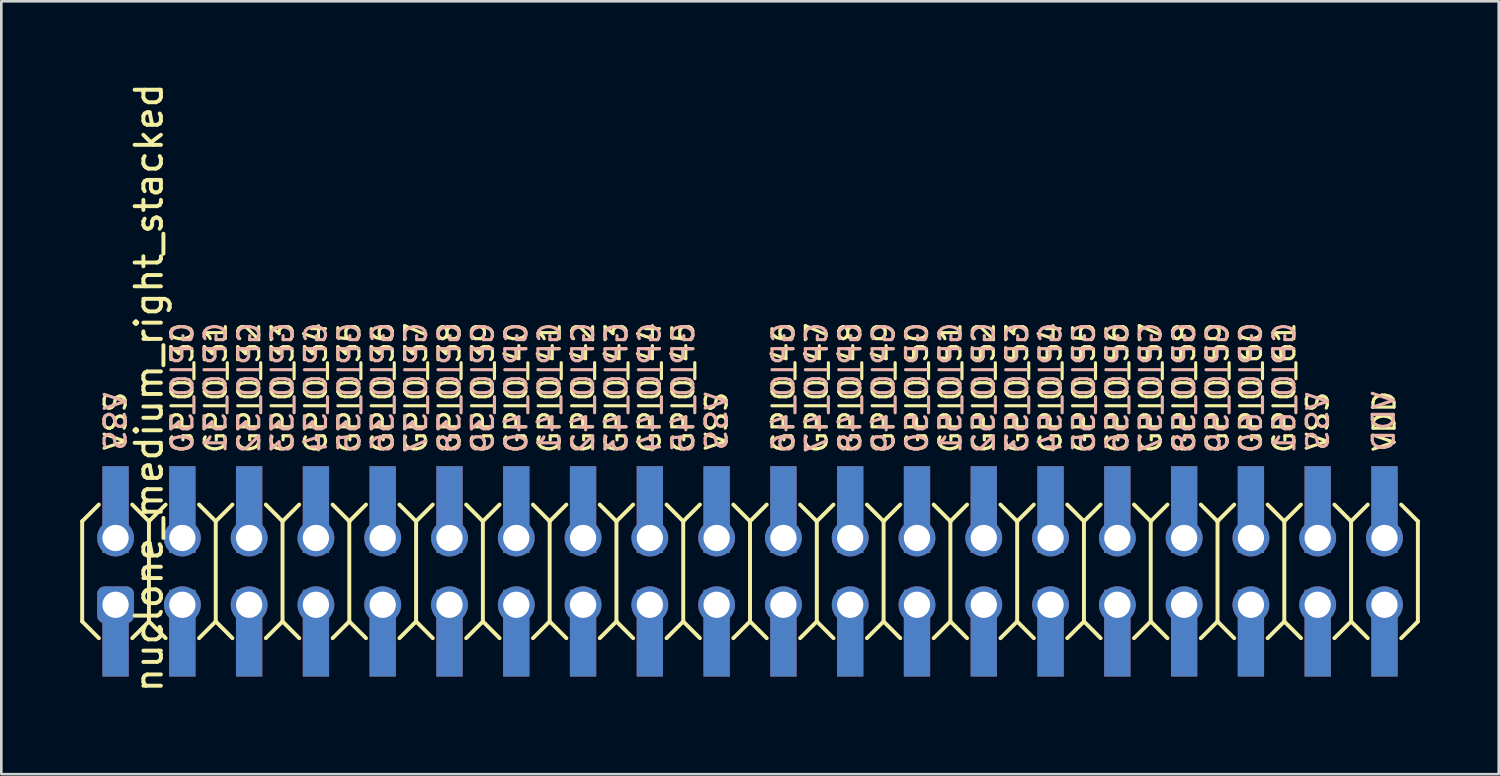
<source format=kicad_pcb>
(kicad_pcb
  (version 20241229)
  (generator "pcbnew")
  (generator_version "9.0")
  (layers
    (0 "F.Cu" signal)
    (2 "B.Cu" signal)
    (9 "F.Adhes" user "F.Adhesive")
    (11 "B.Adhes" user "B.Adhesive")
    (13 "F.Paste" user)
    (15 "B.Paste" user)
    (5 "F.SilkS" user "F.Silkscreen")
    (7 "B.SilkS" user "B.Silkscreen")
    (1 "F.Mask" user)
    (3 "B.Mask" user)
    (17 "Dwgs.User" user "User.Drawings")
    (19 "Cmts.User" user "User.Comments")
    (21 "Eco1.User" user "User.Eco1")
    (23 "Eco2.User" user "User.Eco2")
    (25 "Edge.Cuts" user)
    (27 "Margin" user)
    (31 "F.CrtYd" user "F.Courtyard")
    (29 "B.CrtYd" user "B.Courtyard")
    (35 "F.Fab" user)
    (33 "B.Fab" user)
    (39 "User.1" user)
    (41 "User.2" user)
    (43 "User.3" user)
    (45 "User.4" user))
  (footprint "nuclone_medium_right_stacked"
    (layer "F.Cu")
    (at 25.475 18.681)
    (property "Reference" "nuclone_medium_right_stacked" (at -22.86 -6.985 270) (layer "F.SilkS") (effects (font (size 1 1) (thickness 0.15))))
    (attr through_hole)
    (fp_line (start -25.4 -1.905) (end -24.765 -2.54) (stroke (width 0.15) (type solid)) (layer "F.SilkS"))
    (fp_line (start -25.4 1.905) (end -25.4 -1.905) (stroke (width 0.15) (type solid)) (layer "F.SilkS"))
    (fp_line (start -25.4 1.905) (end -24.765 2.54) (stroke (width 0.15) (type solid)) (layer "F.SilkS"))
    (fp_line (start -23.495 -2.54) (end -22.86 -1.905) (stroke (width 0.15) (type solid)) (layer "F.SilkS"))
    (fp_line (start -23.495 2.54) (end -22.86 1.905) (stroke (width 0.15) (type solid)) (layer "F.SilkS"))
    (fp_line (start -22.86 -1.905) (end -22.86 1.905) (stroke (width 0.15) (type solid)) (layer "F.SilkS"))
    (fp_line (start -22.86 -1.905) (end -22.225 -2.54) (stroke (width 0.15) (type solid)) (layer "F.SilkS"))
    (fp_line (start -22.86 1.905) (end -22.225 2.54) (stroke (width 0.15) (type solid)) (layer "F.SilkS"))
    (fp_line (start -20.955 -2.54) (end -20.32 -1.905) (stroke (width 0.15) (type solid)) (layer "F.SilkS"))
    (fp_line (start -20.955 2.54) (end -20.32 1.905) (stroke (width 0.15) (type solid)) (layer "F.SilkS"))
    (fp_line (start -20.32 -1.905) (end -20.32 1.905) (stroke (width 0.15) (type solid)) (layer "F.SilkS"))
    (fp_line (start -20.32 -1.905) (end -19.685 -2.54) (stroke (width 0.15) (type solid)) (layer "F.SilkS"))
    (fp_line (start -20.32 1.905) (end -19.685 2.54) (stroke (width 0.15) (type solid)) (layer "F.SilkS"))
    (fp_line (start -18.415 -2.54) (end -17.78 -1.905) (stroke (width 0.15) (type solid)) (layer "F.SilkS"))
    (fp_line (start -18.415 2.54) (end -17.78 1.905) (stroke (width 0.15) (type solid)) (layer "F.SilkS"))
    (fp_line (start -17.78 -1.905) (end -17.78 1.905) (stroke (width 0.15) (type solid)) (layer "F.SilkS"))
    (fp_line (start -17.78 -1.905) (end -17.145 -2.54) (stroke (width 0.15) (type solid)) (layer "F.SilkS"))
    (fp_line (start -17.78 1.905) (end -17.145 2.54) (stroke (width 0.15) (type solid)) (layer "F.SilkS"))
    (fp_line (start -15.875 -2.54) (end -15.24 -1.905) (stroke (width 0.15) (type solid)) (layer "F.SilkS"))
    (fp_line (start -15.875 2.54) (end -15.24 1.905) (stroke (width 0.15) (type solid)) (layer "F.SilkS"))
    (fp_line (start -15.24 -1.905) (end -15.24 1.905) (stroke (width 0.15) (type solid)) (layer "F.SilkS"))
    (fp_line (start -15.24 -1.905) (end -14.605 -2.54) (stroke (width 0.15) (type solid)) (layer "F.SilkS"))
    (fp_line (start -15.24 1.905) (end -14.605 2.54) (stroke (width 0.15) (type solid)) (layer "F.SilkS"))
    (fp_line (start -13.335 -2.54) (end -12.7 -1.905) (stroke (width 0.15) (type solid)) (layer "F.SilkS"))
    (fp_line (start -13.335 2.54) (end -12.7 1.905) (stroke (width 0.15) (type solid)) (layer "F.SilkS"))
    (fp_line (start -12.7 -1.905) (end -12.7 1.905) (stroke (width 0.15) (type solid)) (layer "F.SilkS"))
    (fp_line (start -12.7 -1.905) (end -12.065 -2.54) (stroke (width 0.15) (type solid)) (layer "F.SilkS"))
    (fp_line (start -12.7 1.905) (end -12.065 2.54) (stroke (width 0.15) (type solid)) (layer "F.SilkS"))
    (fp_line (start -10.795 -2.54) (end -10.16 -1.905) (stroke (width 0.15) (type solid)) (layer "F.SilkS"))
    (fp_line (start -10.795 2.54) (end -10.16 1.905) (stroke (width 0.15) (type solid)) (layer "F.SilkS"))
    (fp_line (start -10.16 -1.905) (end -10.16 1.905) (stroke (width 0.15) (type solid)) (layer "F.SilkS"))
    (fp_line (start -10.16 -1.905) (end -9.525 -2.54) (stroke (width 0.15) (type solid)) (layer "F.SilkS"))
    (fp_line (start -10.16 1.905) (end -9.525 2.54) (stroke (width 0.15) (type solid)) (layer "F.SilkS"))
    (fp_line (start -8.255 -2.54) (end -7.62 -1.905) (stroke (width 0.15) (type solid)) (layer "F.SilkS"))
    (fp_line (start -7.62 -1.905) (end -7.62 1.905) (stroke (width 0.15) (type solid)) (layer "F.SilkS"))
    (fp_line (start -7.62 -1.905) (end -6.985 -2.54) (stroke (width 0.15) (type solid)) (layer "F.SilkS"))
    (fp_line (start -7.62 1.905) (end -8.255 2.54) (stroke (width 0.15) (type solid)) (layer "F.SilkS"))
    (fp_line (start -7.62 1.905) (end -6.985 2.54) (stroke (width 0.15) (type solid)) (layer "F.SilkS"))
    (fp_line (start -5.715 -2.54) (end -5.08 -1.905) (stroke (width 0.15) (type solid)) (layer "F.SilkS"))
    (fp_line (start -5.08 -1.905) (end -5.08 1.905) (stroke (width 0.15) (type solid)) (layer "F.SilkS"))
    (fp_line (start -5.08 -1.905) (end -4.445 -2.54) (stroke (width 0.15) (type solid)) (layer "F.SilkS"))
    (fp_line (start -5.08 1.905) (end -5.715 2.54) (stroke (width 0.15) (type solid)) (layer "F.SilkS"))
    (fp_line (start -5.08 1.905) (end -4.445 2.54) (stroke (width 0.15) (type solid)) (layer "F.SilkS"))
    (fp_line (start -3.175 -2.54) (end -2.54 -1.905) (stroke (width 0.15) (type solid)) (layer "F.SilkS"))
    (fp_line (start -2.54 -1.905) (end -2.54 1.905) (stroke (width 0.15) (type solid)) (layer "F.SilkS"))
    (fp_line (start -2.54 -1.905) (end -1.905 -2.54) (stroke (width 0.15) (type solid)) (layer "F.SilkS"))
    (fp_line (start -2.54 1.905) (end -3.175 2.54) (stroke (width 0.15) (type solid)) (layer "F.SilkS"))
    (fp_line (start -2.54 1.905) (end -1.905 2.54) (stroke (width 0.15) (type solid)) (layer "F.SilkS"))
    (fp_line (start -0.635 -2.54) (end 0 -1.905) (stroke (width 0.15) (type solid)) (layer "F.SilkS"))
    (fp_line (start 0 -1.905) (end 0.635 -2.54) (stroke (width 0.15) (type solid)) (layer "F.SilkS"))
    (fp_line (start 0 1.905) (end -0.635 2.54) (stroke (width 0.15) (type solid)) (layer "F.SilkS"))
    (fp_line (start 0 1.905) (end 0 -1.905) (stroke (width 0.15) (type solid)) (layer "F.SilkS"))
    (fp_line (start 0 1.905) (end 0.635 2.54) (stroke (width 0.15) (type solid)) (layer "F.SilkS"))
    (fp_line (start 1.905 -2.54) (end 2.54 -1.905) (stroke (width 0.15) (type solid)) (layer "F.SilkS"))
    (fp_line (start 1.905 2.54) (end 2.54 1.905) (stroke (width 0.15) (type solid)) (layer "F.SilkS"))
    (fp_line (start 2.54 -1.905) (end 2.54 1.905) (stroke (width 0.15) (type solid)) (layer "F.SilkS"))
    (fp_line (start 2.54 -1.905) (end 3.175 -2.54) (stroke (width 0.15) (type solid)) (layer "F.SilkS"))
    (fp_line (start 2.54 1.905) (end 3.175 2.54) (stroke (width 0.15) (type solid)) (layer "F.SilkS"))
    (fp_line (start 4.445 -2.54) (end 5.08 -1.905) (stroke (width 0.15) (type solid)) (layer "F.SilkS"))
    (fp_line (start 4.445 2.54) (end 5.08 1.905) (stroke (width 0.15) (type solid)) (layer "F.SilkS"))
    (fp_line (start 5.08 -1.905) (end 5.08 1.905) (stroke (width 0.15) (type solid)) (layer "F.SilkS"))
    (fp_line (start 5.08 -1.905) (end 5.715 -2.54) (stroke (width 0.15) (type solid)) (layer "F.SilkS"))
    (fp_line (start 5.08 1.905) (end 5.715 2.54) (stroke (width 0.15) (type solid)) (layer "F.SilkS"))
    (fp_line (start 6.985 -2.54) (end 7.62 -1.905) (stroke (width 0.15) (type solid)) (layer "F.SilkS"))
    (fp_line (start 6.985 2.54) (end 7.62 1.905) (stroke (width 0.15) (type solid)) (layer "F.SilkS"))
    (fp_line (start 7.62 -1.905) (end 7.62 1.905) (stroke (width 0.15) (type solid)) (layer "F.SilkS"))
    (fp_line (start 7.62 -1.905) (end 8.255 -2.54) (stroke (width 0.15) (type solid)) (layer "F.SilkS"))
    (fp_line (start 7.62 1.905) (end 8.255 2.54) (stroke (width 0.15) (type solid)) (layer "F.SilkS"))
    (fp_line (start 9.525 -2.54) (end 10.16 -1.905) (stroke (width 0.15) (type solid)) (layer "F.SilkS"))
    (fp_line (start 9.525 2.54) (end 10.16 1.905) (stroke (width 0.15) (type solid)) (layer "F.SilkS"))
    (fp_line (start 10.16 -1.905) (end 10.16 1.905) (stroke (width 0.15) (type solid)) (layer "F.SilkS"))
    (fp_line (start 10.16 -1.905) (end 10.795 -2.54) (stroke (width 0.15) (type solid)) (layer "F.SilkS"))
    (fp_line (start 10.16 1.905) (end 10.795 2.54) (stroke (width 0.15) (type solid)) (layer "F.SilkS"))
    (fp_line (start 12.065 -2.54) (end 12.7 -1.905) (stroke (width 0.15) (type solid)) (layer "F.SilkS"))
    (fp_line (start 12.065 2.54) (end 12.7 1.905) (stroke (width 0.15) (type solid)) (layer "F.SilkS"))
    (fp_line (start 12.7 -1.905) (end 12.7 1.905) (stroke (width 0.15) (type solid)) (layer "F.SilkS"))
    (fp_line (start 12.7 -1.905) (end 13.335 -2.54) (stroke (width 0.15) (type solid)) (layer "F.SilkS"))
    (fp_line (start 12.7 1.905) (end 13.335 2.54) (stroke (width 0.15) (type solid)) (layer "F.SilkS"))
    (fp_line (start 14.605 -2.54) (end 15.24 -1.905) (stroke (width 0.15) (type solid)) (layer "F.SilkS"))
    (fp_line (start 14.605 2.54) (end 15.24 1.905) (stroke (width 0.15) (type solid)) (layer "F.SilkS"))
    (fp_line (start 15.24 -1.905) (end 15.24 1.905) (stroke (width 0.15) (type solid)) (layer "F.SilkS"))
    (fp_line (start 15.24 -1.905) (end 15.875 -2.54) (stroke (width 0.15) (type solid)) (layer "F.SilkS"))
    (fp_line (start 15.24 1.905) (end 15.875 2.54) (stroke (width 0.15) (type solid)) (layer "F.SilkS"))
    (fp_line (start 17.145 -2.54) (end 17.78 -1.905) (stroke (width 0.15) (type solid)) (layer "F.SilkS"))
    (fp_line (start 17.78 -1.905) (end 17.78 1.905) (stroke (width 0.15) (type solid)) (layer "F.SilkS"))
    (fp_line (start 17.78 -1.905) (end 18.415 -2.54) (stroke (width 0.15) (type solid)) (layer "F.SilkS"))
    (fp_line (start 17.78 1.905) (end 17.145 2.54) (stroke (width 0.15) (type solid)) (layer "F.SilkS"))
    (fp_line (start 17.78 1.905) (end 18.415 2.54) (stroke (width 0.15) (type solid)) (layer "F.SilkS"))
    (fp_line (start 19.685 -2.54) (end 20.32 -1.905) (stroke (width 0.15) (type solid)) (layer "F.SilkS"))
    (fp_line (start 20.32 -1.905) (end 20.32 1.905) (stroke (width 0.15) (type solid)) (layer "F.SilkS"))
    (fp_line (start 20.32 -1.905) (end 20.955 -2.54) (stroke (width 0.15) (type solid)) (layer "F.SilkS"))
    (fp_line (start 20.32 1.905) (end 19.685 2.54) (stroke (width 0.15) (type solid)) (layer "F.SilkS"))
    (fp_line (start 20.32 1.905) (end 20.955 2.54) (stroke (width 0.15) (type solid)) (layer "F.SilkS"))
    (fp_line (start 22.225 -2.54) (end 22.86 -1.905) (stroke (width 0.15) (type solid)) (layer "F.SilkS"))
    (fp_line (start 22.86 -1.905) (end 22.86 1.905) (stroke (width 0.15) (type solid)) (layer "F.SilkS"))
    (fp_line (start 22.86 -1.905) (end 23.495 -2.54) (stroke (width 0.15) (type solid)) (layer "F.SilkS"))
    (fp_line (start 22.86 1.905) (end 22.225 2.54) (stroke (width 0.15) (type solid)) (layer "F.SilkS"))
    (fp_line (start 22.86 1.905) (end 23.495 2.54) (stroke (width 0.15) (type solid)) (layer "F.SilkS"))
    (fp_line (start 24.765 -2.54) (end 25.4 -1.905) (stroke (width 0.15) (type solid)) (layer "F.SilkS"))
    (fp_line (start 25.4 -1.905) (end 25.4 1.905) (stroke (width 0.15) (type solid)) (layer "F.SilkS"))
    (fp_line (start 25.4 1.905) (end 24.765 2.54) (stroke (width 0.15) (type solid)) (layer "F.SilkS"))
    (fp_text user "GPIO_37" (at -12.7 -6.985 270) (layer "F.SilkS") (effects (font (size 0.8 0.8) (thickness 0.12))))
    (fp_text user "GPIO_39" (at -10.16 -6.985 270) (layer "F.SilkS") (effects (font (size 0.8 0.8) (thickness 0.12))))
    (fp_text user "GPIO_61" (at 20.32 -6.985 270) (layer "F.SilkS") (effects (font (size 0.8 0.8) (thickness 0.12))))
    (fp_text user "VSS" (at 21.59 -5.715 270) (layer "F.SilkS") (effects (font (size 0.8 0.8) (thickness 0.12))))
    (fp_text user "GPIO_43" (at -5.08 -6.985 270) (layer "F.SilkS") (effects (font (size 0.8 0.8) (thickness 0.12))))
    (fp_text user "GPIO_34" (at -16.51 -6.985 270) (layer "F.SilkS") (effects (font (size 0.8 0.8) (thickness 0.12))))
    (fp_text user "GPIO_55" (at 12.7 -6.985 270) (layer "F.SilkS") (effects (font (size 0.8 0.8) (thickness 0.12))))
    (fp_text user "GPIO_49" (at 5.08 -6.985 270) (layer "F.SilkS") (effects (font (size 0.8 0.8) (thickness 0.12))))
    (fp_text user "GPIO_46" (at 1.27 -6.985 270) (layer "F.SilkS") (effects (font (size 0.8 0.8) (thickness 0.12))))
    (fp_text user "GPIO_35" (at -15.24 -6.985 270) (layer "F.SilkS") (effects (font (size 0.8 0.8) (thickness 0.12))))
    (fp_text user "GPIO_36" (at -13.97 -6.985 270) (layer "F.SilkS") (effects (font (size 0.8 0.8) (thickness 0.12))))
    (fp_text user "GPIO_52" (at 8.89 -6.985 270) (layer "F.SilkS") (effects (font (size 0.8 0.8) (thickness 0.12))))
    (fp_text user "GPIO_44" (at -3.81 -6.985 270) (layer "F.SilkS") (effects (font (size 0.8 0.8) (thickness 0.12))))
    (fp_text user "GPIO_60" (at 19.05 -6.985 270) (layer "F.SilkS") (effects (font (size 0.8 0.8) (thickness 0.12))))
    (fp_text user "GPIO_33" (at -17.78 -6.985 270) (layer "F.SilkS") (effects (font (size 0.8 0.8) (thickness 0.12))))
    (fp_text user "GPIO_48" (at 3.81 -6.985 270) (layer "F.SilkS") (effects (font (size 0.8 0.8) (thickness 0.12))))
    (fp_text user "VDD" (at 24.13 -5.715 270) (layer "F.SilkS") (effects (font (size 0.8 0.8) (thickness 0.12))))
    (fp_text user "GPIO_58" (at 16.51 -6.985 270) (layer "F.SilkS") (effects (font (size 0.8 0.8) (thickness 0.12))))
    (fp_text user "VSS" (at -1.27 -5.715 270) (layer "F.SilkS") (effects (font (size 0.8 0.8) (thickness 0.12))))
    (fp_text user "GPIO_42" (at -6.35 -6.985 270) (layer "F.SilkS") (effects (font (size 0.8 0.8) (thickness 0.12))))
    (fp_text user "GPIO_54" (at 11.43 -6.985 270) (layer "F.SilkS") (effects (font (size 0.8 0.8) (thickness 0.12))))
    (fp_text user "GPIO_56" (at 13.97 -6.985 270) (layer "F.SilkS") (effects (font (size 0.8 0.8) (thickness 0.12))))
    (fp_text user "VSS" (at -24.13 -5.715 270) (layer "F.SilkS") (effects (font (size 0.8 0.8) (thickness 0.12))))
    (fp_text user "GPIO_47" (at 2.54 -6.985 270) (layer "F.SilkS") (effects (font (size 0.8 0.8) (thickness 0.12))))
    (fp_text user "GPIO_50" (at 6.35 -6.985 270) (layer "F.SilkS") (effects (font (size 0.8 0.8) (thickness 0.12))))
    (fp_text user "GPIO_53" (at 10.16 -6.985 270) (layer "F.SilkS") (effects (font (size 0.8 0.8) (thickness 0.12))))
    (fp_text user "GPIO_38" (at -11.43 -6.985 270) (layer "F.SilkS") (effects (font (size 0.8 0.8) (thickness 0.12))))
    (fp_text user "GPIO_40" (at -8.89 -6.985 270) (layer "F.SilkS") (effects (font (size 0.8 0.8) (thickness 0.12))))
    (fp_text user "GPIO_45" (at -2.54 -6.985 270) (layer "F.SilkS") (effects (font (size 0.8 0.8) (thickness 0.12))))
    (fp_text user "GPIO_31" (at -20.32 -6.985 270) (layer "F.SilkS") (effects (font (size 0.8 0.8) (thickness 0.12))))
    (fp_text user "GPIO_30" (at -21.59 -6.985 270) (layer "F.SilkS") (effects (font (size 0.8 0.8) (thickness 0.12))))
    (fp_text user "GPIO_57" (at 15.24 -6.985 270) (layer "F.SilkS") (effects (font (size 0.8 0.8) (thickness 0.12))))
    (fp_text user "GPIO_59" (at 17.78 -6.985 270) (layer "F.SilkS") (effects (font (size 0.8 0.8) (thickness 0.12))))
    (fp_text user "GPIO_41" (at -7.62 -6.985 270) (layer "F.SilkS") (effects (font (size 0.8 0.8) (thickness 0.12))))
    (fp_text user "GPIO_32" (at -19.05 -6.985 270) (layer "F.SilkS") (effects (font (size 0.8 0.8) (thickness 0.12))))
    (fp_text user "GPIO_51" (at 7.62 -6.985 270) (layer "F.SilkS") (effects (font (size 0.8 0.8) (thickness 0.12))))
    (fp_text user "GPIO_56" (at 13.97 -6.985 270) (layer "B.SilkS") (effects (font (size 0.8 0.8) (thickness 0.12)) (justify mirror)))
    (fp_text user "GPIO_44" (at -3.81 -6.985 270) (layer "B.SilkS") (effects (font (size 0.8 0.8) (thickness 0.12)) (justify mirror)))
    (fp_text user "GPIO_54" (at 11.43 -6.985 270) (layer "B.SilkS") (effects (font (size 0.8 0.8) (thickness 0.12)) (justify mirror)))
    (fp_text user "VSS" (at 21.6 -5.705 270) (layer "B.SilkS") (effects (font (size 0.8 0.8) (thickness 0.12)) (justify mirror)))
    (fp_text user "GPIO_53" (at 10.16 -6.985 270) (layer "B.SilkS") (effects (font (size 0.8 0.8) (thickness 0.12)) (justify mirror)))
    (fp_text user "GPIO_57" (at 15.24 -6.985 270) (layer "B.SilkS") (effects (font (size 0.8 0.8) (thickness 0.12)) (justify mirror)))
    (fp_text user "GPIO_43" (at -5.08 -6.985 270) (layer "B.SilkS") (effects (font (size 0.8 0.8) (thickness 0.12)) (justify mirror)))
    (fp_text user "GPIO_37" (at -12.7 -6.985 270) (layer "B.SilkS") (effects (font (size 0.8 0.8) (thickness 0.12)) (justify mirror)))
    (fp_text user "GPIO_51" (at 7.62 -6.985 270) (layer "B.SilkS") (effects (font (size 0.8 0.8) (thickness 0.12)) (justify mirror)))
    (fp_text user "GPIO_55" (at 12.7 -6.985 270) (layer "B.SilkS") (effects (font (size 0.8 0.8) (thickness 0.12)) (justify mirror)))
    (fp_text user "GPIO_36" (at -13.97 -6.985 270) (layer "B.SilkS") (effects (font (size 0.8 0.8) (thickness 0.12)) (justify mirror)))
    (fp_text user "GPIO_59" (at 17.78 -6.985 270) (layer "B.SilkS") (effects (font (size 0.8 0.8) (thickness 0.12)) (justify mirror)))
    (fp_text user "GPIO_48" (at 3.81 -6.985 270) (layer "B.SilkS") (effects (font (size 0.8 0.8) (thickness 0.12)) (justify mirror)))
    (fp_text user "VDD" (at 24.1 -5.705 270) (layer "B.SilkS") (effects (font (size 0.8 0.8) (thickness 0.12)) (justify mirror)))
    (fp_text user "GPIO_60" (at 19.05 -6.985 270) (layer "B.SilkS") (effects (font (size 0.8 0.8) (thickness 0.12)) (justify mirror)))
    (fp_text user "GPIO_38" (at -11.43 -6.985 270) (layer "B.SilkS") (effects (font (size 0.8 0.8) (thickness 0.12)) (justify mirror)))
    (fp_text user "GPIO_47" (at 2.54 -6.985 270) (layer "B.SilkS") (effects (font (size 0.8 0.8) (thickness 0.12)) (justify mirror)))
    (fp_text user "GPIO_30" (at -21.59 -6.985 270) (layer "B.SilkS") (effects (font (size 0.8 0.8) (thickness 0.12)) (justify mirror)))
    (fp_text user "GPIO_61" (at 20.32 -6.985 270) (layer "B.SilkS") (effects (font (size 0.8 0.8) (thickness 0.12)) (justify mirror)))
    (fp_text user "VSS" (at -24.13 -5.705 270) (layer "B.SilkS") (effects (font (size 0.8 0.8) (thickness 0.12)) (justify mirror)))
    (fp_text user "GPIO_42" (at -6.35 -6.985 270) (layer "B.SilkS") (effects (font (size 0.8 0.8) (thickness 0.12)) (justify mirror)))
    (fp_text user "GPIO_40" (at -8.89 -6.985 270) (layer "B.SilkS") (effects (font (size 0.8 0.8) (thickness 0.12)) (justify mirror)))
    (fp_text user "GPIO_52" (at 8.89 -6.985 270) (layer "B.SilkS") (effects (font (size 0.8 0.8) (thickness 0.12)) (justify mirror)))
    (fp_text user "GPIO_32" (at -19.05 -6.985 270) (layer "B.SilkS") (effects (font (size 0.8 0.8) (thickness 0.12)) (justify mirror)))
    (fp_text user "GPIO_33" (at -17.78 -6.985 270) (layer "B.SilkS") (effects (font (size 0.8 0.8) (thickness 0.12)) (justify mirror)))
    (fp_text user "GPIO_45" (at -2.54 -6.985 270) (layer "B.SilkS") (effects (font (size 0.8 0.8) (thickness 0.12)) (justify mirror)))
    (fp_text user "GPIO_39" (at -10.16 -6.985 270) (layer "B.SilkS") (effects (font (size 0.8 0.8) (thickness 0.12)) (justify mirror)))
    (fp_text user "GPIO_46" (at 1.27 -6.985 270) (layer "B.SilkS") (effects (font (size 0.8 0.8) (thickness 0.12)) (justify mirror)))
    (fp_text user "GPIO_41" (at -7.63 -6.985 270) (layer "B.SilkS") (effects (font (size 0.8 0.8) (thickness 0.12)) (justify mirror)))
    (fp_text user "GPIO_31" (at -20.33 -6.985 270) (layer "B.SilkS") (effects (font (size 0.8 0.8) (thickness 0.12)) (justify mirror)))
    (fp_text user "GPIO_35" (at -15.24 -6.985 270) (layer "B.SilkS") (effects (font (size 0.8 0.8) (thickness 0.12)) (justify mirror)))
    (fp_text user "GPIO_58" (at 16.51 -6.985 270) (layer "B.SilkS") (effects (font (size 0.8 0.8) (thickness 0.12)) (justify mirror)))
    (fp_text user "GPIO_34" (at -16.51 -6.985 270) (layer "B.SilkS") (effects (font (size 0.8 0.8) (thickness 0.12)) (justify mirror)))
    (fp_text user "VSS" (at -1.27 -5.715 270) (layer "B.SilkS") (effects (font (size 0.8 0.8) (thickness 0.12)) (justify mirror)))
    (fp_text user "GPIO_49" (at 5.08 -6.985 270) (layer "B.SilkS") (effects (font (size 0.8 0.8) (thickness 0.12)) (justify mirror)))
    (fp_text user "GPIO_50" (at 6.35 -6.985 270) (layer "B.SilkS") (effects (font (size 0.8 0.8) (thickness 0.12)) (justify mirror)))
    (pad "1" thru_hole roundrect (at -24.13 1.27) (size 1.4 1.4) (drill 1) (layers "*.Cu" "*.Mask") (roundrect_rratio 0.2))
    (pad "1" smd rect (at -24.13 2.35) (size 1 3.3) (layers "F.Cu" "F.Mask"))
    (pad "1" smd rect (at -24.13 2.35) (size 1 3.3) (layers "B.Cu" "B.Mask"))
    (pad "2" smd rect (at -24.13 -2.35) (size 1 3.3) (layers "F.Cu" "F.Mask"))
    (pad "2" smd rect (at -24.13 -2.35) (size 1 3.3) (layers "B.Cu" "B.Mask"))
    (pad "2" thru_hole circle (at -24.13 -1.27) (size 1.4 1.4) (drill 1) (layers "*.Cu" "*.Mask"))
    (pad "3" thru_hole circle (at -21.59 1.27) (size 1.4 1.4) (drill 1) (layers "*.Cu" "*.Mask"))
    (pad "3" smd rect (at -21.59 2.35) (size 1 3.3) (layers "F.Cu" "F.Mask"))
    (pad "3" smd rect (at -21.59 2.35) (size 1 3.3) (layers "B.Cu" "B.Mask"))
    (pad "4" smd rect (at -21.59 -2.35) (size 1 3.3) (layers "F.Cu" "F.Mask"))
    (pad "4" smd rect (at -21.59 -2.35) (size 1 3.3) (layers "B.Cu" "B.Mask"))
    (pad "4" thru_hole circle (at -21.59 -1.27) (size 1.4 1.4) (drill 1) (layers "*.Cu" "*.Mask"))
    (pad "5" thru_hole circle (at -19.05 1.27) (size 1.4 1.4) (drill 1) (layers "*.Cu" "*.Mask"))
    (pad "5" smd rect (at -19.05 2.35) (size 1 3.3) (layers "F.Cu" "F.Mask"))
    (pad "5" smd rect (at -19.05 2.35) (size 1 3.3) (layers "B.Cu" "B.Mask"))
    (pad "6" smd rect (at -19.05 -2.35) (size 1 3.3) (layers "F.Cu" "F.Mask"))
    (pad "6" smd rect (at -19.05 -2.35) (size 1 3.3) (layers "B.Cu" "B.Mask"))
    (pad "6" thru_hole circle (at -19.05 -1.27) (size 1.4 1.4) (drill 1) (layers "*.Cu" "*.Mask"))
    (pad "7" thru_hole circle (at -16.51 1.27) (size 1.4 1.4) (drill 1) (layers "*.Cu" "*.Mask"))
    (pad "7" smd rect (at -16.51 2.35) (size 1 3.3) (layers "F.Cu" "F.Mask"))
    (pad "7" smd rect (at -16.51 2.35) (size 1 3.3) (layers "B.Cu" "B.Mask"))
    (pad "8" smd rect (at -16.51 -2.35) (size 1 3.3) (layers "F.Cu" "F.Mask"))
    (pad "8" smd rect (at -16.51 -2.35) (size 1 3.3) (layers "B.Cu" "B.Mask"))
    (pad "8" thru_hole circle (at -16.51 -1.27) (size 1.4 1.4) (drill 1) (layers "*.Cu" "*.Mask"))
    (pad "9" thru_hole circle (at -13.97 1.27) (size 1.4 1.4) (drill 1) (layers "*.Cu" "*.Mask"))
    (pad "9" smd rect (at -13.97 2.35) (size 1 3.3) (layers "F.Cu" "F.Mask"))
    (pad "9" smd rect (at -13.97 2.35) (size 1 3.3) (layers "B.Cu" "B.Mask"))
    (pad "10" smd rect (at -13.97 -2.35) (size 1 3.3) (layers "F.Cu" "F.Mask"))
    (pad "10" smd rect (at -13.97 -2.35) (size 1 3.3) (layers "B.Cu" "B.Mask"))
    (pad "10" thru_hole circle (at -13.97 -1.27) (size 1.4 1.4) (drill 1) (layers "*.Cu" "*.Mask"))
    (pad "11" thru_hole circle (at -11.43 1.27) (size 1.4 1.4) (drill 1) (layers "*.Cu" "*.Mask"))
    (pad "11" smd rect (at -11.43 2.35) (size 1 3.3) (layers "F.Cu" "F.Mask"))
    (pad "11" smd rect (at -11.43 2.35) (size 1 3.3) (layers "B.Cu" "B.Mask"))
    (pad "12" smd rect (at -11.43 -2.35) (size 1 3.3) (layers "F.Cu" "F.Mask"))
    (pad "12" smd rect (at -11.43 -2.35) (size 1 3.3) (layers "B.Cu" "B.Mask"))
    (pad "12" thru_hole circle (at -11.43 -1.27) (size 1.4 1.4) (drill 1) (layers "*.Cu" "*.Mask"))
    (pad "13" thru_hole circle (at -8.89 1.27) (size 1.4 1.4) (drill 1) (layers "*.Cu" "*.Mask"))
    (pad "13" smd rect (at -8.89 2.35) (size 1 3.3) (layers "F.Cu" "F.Mask"))
    (pad "13" smd rect (at -8.89 2.35) (size 1 3.3) (layers "B.Cu" "B.Mask"))
    (pad "14" smd rect (at -8.89 -2.35) (size 1 3.3) (layers "F.Cu" "F.Mask"))
    (pad "14" smd rect (at -8.89 -2.35) (size 1 3.3) (layers "B.Cu" "B.Mask"))
    (pad "14" thru_hole circle (at -8.89 -1.27) (size 1.4 1.4) (drill 1) (layers "*.Cu" "*.Mask"))
    (pad "15" thru_hole circle (at -6.35 1.27) (size 1.4 1.4) (drill 1) (layers "*.Cu" "*.Mask"))
    (pad "15" smd rect (at -6.35 2.35) (size 1 3.3) (layers "F.Cu" "F.Mask"))
    (pad "15" smd rect (at -6.35 2.35) (size 1 3.3) (layers "B.Cu" "B.Mask"))
    (pad "16" smd rect (at -6.35 -2.35) (size 1 3.3) (layers "F.Cu" "F.Mask"))
    (pad "16" smd rect (at -6.35 -2.35) (size 1 3.3) (layers "B.Cu" "B.Mask"))
    (pad "16" thru_hole circle (at -6.35 -1.27) (size 1.4 1.4) (drill 1) (layers "*.Cu" "*.Mask"))
    (pad "17" thru_hole circle (at -3.81 1.27) (size 1.4 1.4) (drill 1) (layers "*.Cu" "*.Mask"))
    (pad "17" smd rect (at -3.81 2.35) (size 1 3.3) (layers "F.Cu" "F.Mask"))
    (pad "17" smd rect (at -3.81 2.35) (size 1 3.3) (layers "B.Cu" "B.Mask"))
    (pad "18" smd rect (at -3.81 -2.35) (size 1 3.3) (layers "F.Cu" "F.Mask"))
    (pad "18" smd rect (at -3.81 -2.35) (size 1 3.3) (layers "B.Cu" "B.Mask"))
    (pad "18" thru_hole circle (at -3.81 -1.27) (size 1.4 1.4) (drill 1) (layers "*.Cu" "*.Mask"))
    (pad "19" thru_hole circle (at -1.27 1.27) (size 1.4 1.4) (drill 1) (layers "*.Cu" "*.Mask"))
    (pad "19" smd rect (at -1.27 2.35) (size 1 3.3) (layers "F.Cu" "F.Mask"))
    (pad "19" smd rect (at -1.27 2.35) (size 1 3.3) (layers "B.Cu" "B.Mask"))
    (pad "20" smd rect (at -1.27 -2.35) (size 1 3.3) (layers "F.Cu" "F.Mask"))
    (pad "20" smd rect (at -1.27 -2.35) (size 1 3.3) (layers "B.Cu" "B.Mask"))
    (pad "20" thru_hole circle (at -1.27 -1.27) (size 1.4 1.4) (drill 1) (layers "*.Cu" "*.Mask"))
    (pad "21" thru_hole circle (at 1.27 1.27) (size 1.4 1.4) (drill 1) (layers "*.Cu" "*.Mask"))
    (pad "21" smd rect (at 1.27 2.35) (size 1 3.3) (layers "F.Cu" "F.Mask"))
    (pad "21" smd rect (at 1.27 2.35) (size 1 3.3) (layers "B.Cu" "B.Mask"))
    (pad "22" smd rect (at 1.27 -2.35) (size 1 3.3) (layers "F.Cu" "F.Mask"))
    (pad "22" smd rect (at 1.27 -2.35) (size 1 3.3) (layers "B.Cu" "B.Mask"))
    (pad "22" thru_hole circle (at 1.27 -1.27) (size 1.4 1.4) (drill 1) (layers "*.Cu" "*.Mask"))
    (pad "23" thru_hole circle (at 3.81 1.27) (size 1.4 1.4) (drill 1) (layers "*.Cu" "*.Mask"))
    (pad "23" smd rect (at 3.81 2.35) (size 1 3.3) (layers "F.Cu" "F.Mask"))
    (pad "23" smd rect (at 3.81 2.35) (size 1 3.3) (layers "B.Cu" "B.Mask"))
    (pad "24" smd rect (at 3.81 -2.35) (size 1 3.3) (layers "F.Cu" "F.Mask"))
    (pad "24" smd rect (at 3.81 -2.35) (size 1 3.3) (layers "B.Cu" "B.Mask"))
    (pad "24" thru_hole circle (at 3.81 -1.27) (size 1.4 1.4) (drill 1) (layers "*.Cu" "*.Mask"))
    (pad "25" thru_hole circle (at 6.35 1.27) (size 1.4 1.4) (drill 1) (layers "*.Cu" "*.Mask"))
    (pad "25" smd rect (at 6.35 2.35) (size 1 3.3) (layers "F.Cu" "F.Mask"))
    (pad "25" smd rect (at 6.35 2.35) (size 1 3.3) (layers "B.Cu" "B.Mask"))
    (pad "26" smd rect (at 6.35 -2.35) (size 1 3.3) (layers "F.Cu" "F.Mask"))
    (pad "26" smd rect (at 6.35 -2.35) (size 1 3.3) (layers "B.Cu" "B.Mask"))
    (pad "26" thru_hole circle (at 6.35 -1.27) (size 1.4 1.4) (drill 1) (layers "*.Cu" "*.Mask"))
    (pad "27" thru_hole circle (at 8.89 1.27) (size 1.4 1.4) (drill 1) (layers "*.Cu" "*.Mask"))
    (pad "27" smd rect (at 8.89 2.35) (size 1 3.3) (layers "F.Cu" "F.Mask"))
    (pad "27" smd rect (at 8.89 2.35) (size 1 3.3) (layers "B.Cu" "B.Mask"))
    (pad "28" smd rect (at 8.89 -2.35) (size 1 3.3) (layers "F.Cu" "F.Mask"))
    (pad "28" smd rect (at 8.89 -2.35) (size 1 3.3) (layers "B.Cu" "B.Mask"))
    (pad "28" thru_hole circle (at 8.89 -1.27) (size 1.4 1.4) (drill 1) (layers "*.Cu" "*.Mask"))
    (pad "29" thru_hole circle (at 11.43 1.27) (size 1.4 1.4) (drill 1) (layers "*.Cu" "*.Mask"))
    (pad "29" smd rect (at 11.43 2.35) (size 1 3.3) (layers "F.Cu" "F.Mask"))
    (pad "29" smd rect (at 11.43 2.35) (size 1 3.3) (layers "B.Cu" "B.Mask"))
    (pad "30" smd rect (at 11.43 -2.35) (size 1 3.3) (layers "F.Cu" "F.Mask"))
    (pad "30" smd rect (at 11.43 -2.35) (size 1 3.3) (layers "B.Cu" "B.Mask"))
    (pad "30" thru_hole circle (at 11.43 -1.27) (size 1.4 1.4) (drill 1) (layers "*.Cu" "*.Mask"))
    (pad "31" thru_hole circle (at 13.97 1.27) (size 1.4 1.4) (drill 1) (layers "*.Cu" "*.Mask"))
    (pad "31" smd rect (at 13.97 2.35) (size 1 3.3) (layers "F.Cu" "F.Mask"))
    (pad "31" smd rect (at 13.97 2.35) (size 1 3.3) (layers "B.Cu" "B.Mask"))
    (pad "32" smd rect (at 13.97 -2.35) (size 1 3.3) (layers "F.Cu" "F.Mask"))
    (pad "32" smd rect (at 13.97 -2.35) (size 1 3.3) (layers "B.Cu" "B.Mask"))
    (pad "32" thru_hole circle (at 13.97 -1.27) (size 1.4 1.4) (drill 1) (layers "*.Cu" "*.Mask"))
    (pad "33" thru_hole circle (at 16.51 1.27) (size 1.4 1.4) (drill 1) (layers "*.Cu" "*.Mask"))
    (pad "33" smd rect (at 16.51 2.35) (size 1 3.3) (layers "F.Cu" "F.Mask"))
    (pad "33" smd rect (at 16.51 2.35) (size 1 3.3) (layers "B.Cu" "B.Mask"))
    (pad "34" smd rect (at 16.51 -2.35) (size 1 3.3) (layers "F.Cu" "F.Mask"))
    (pad "34" smd rect (at 16.51 -2.35) (size 1 3.3) (layers "B.Cu" "B.Mask"))
    (pad "34" thru_hole circle (at 16.51 -1.27) (size 1.4 1.4) (drill 1) (layers "*.Cu" "*.Mask"))
    (pad "35" thru_hole circle (at 19.05 1.27) (size 1.4 1.4) (drill 1) (layers "*.Cu" "*.Mask"))
    (pad "35" smd rect (at 19.05 2.35) (size 1 3.3) (layers "F.Cu" "F.Mask"))
    (pad "35" smd rect (at 19.05 2.35) (size 1 3.3) (layers "B.Cu" "B.Mask"))
    (pad "36" smd rect (at 19.05 -2.35) (size 1 3.3) (layers "F.Cu" "F.Mask"))
    (pad "36" smd rect (at 19.05 -2.35) (size 1 3.3) (layers "B.Cu" "B.Mask"))
    (pad "36" thru_hole circle (at 19.05 -1.27) (size 1.4 1.4) (drill 1) (layers "*.Cu" "*.Mask"))
    (pad "37" thru_hole circle (at 21.59 1.27) (size 1.4 1.4) (drill 1) (layers "*.Cu" "*.Mask"))
    (pad "37" smd rect (at 21.59 2.35) (size 1 3.3) (layers "F.Cu" "F.Mask"))
    (pad "37" smd rect (at 21.59 2.35) (size 1 3.3) (layers "B.Cu" "B.Mask"))
    (pad "38" smd rect (at 21.59 -2.35) (size 1 3.3) (layers "F.Cu" "F.Mask"))
    (pad "38" smd rect (at 21.59 -2.35) (size 1 3.3) (layers "B.Cu" "B.Mask"))
    (pad "38" thru_hole circle (at 21.59 -1.27) (size 1.4 1.4) (drill 1) (layers "*.Cu" "*.Mask"))
    (pad "39" thru_hole circle (at 24.13 1.27) (size 1.4 1.4) (drill 1) (layers "*.Cu" "*.Mask"))
    (pad "39" smd rect (at 24.13 2.35) (size 1 3.3) (layers "F.Cu" "F.Mask"))
    (pad "39" smd rect (at 24.13 2.35) (size 1 3.3) (layers "B.Cu" "B.Mask"))
    (pad "40" smd rect (at 24.13 -2.35) (size 1 3.3) (layers "F.Cu" "F.Mask"))
    (pad "40" smd rect (at 24.13 -2.35) (size 1 3.3) (layers "B.Cu" "B.Mask"))
    (pad "40" thru_hole circle (at 24.13 -1.27) (size 1.4 1.4) (drill 1) (layers "*.Cu" "*.Mask")))
  (gr_rect
    (start -3 -3)
    (end 53.95 26.393)
    (stroke (width 0.1) (type default))
    (fill no)
    (layer "Edge.Cuts")))
</source>
